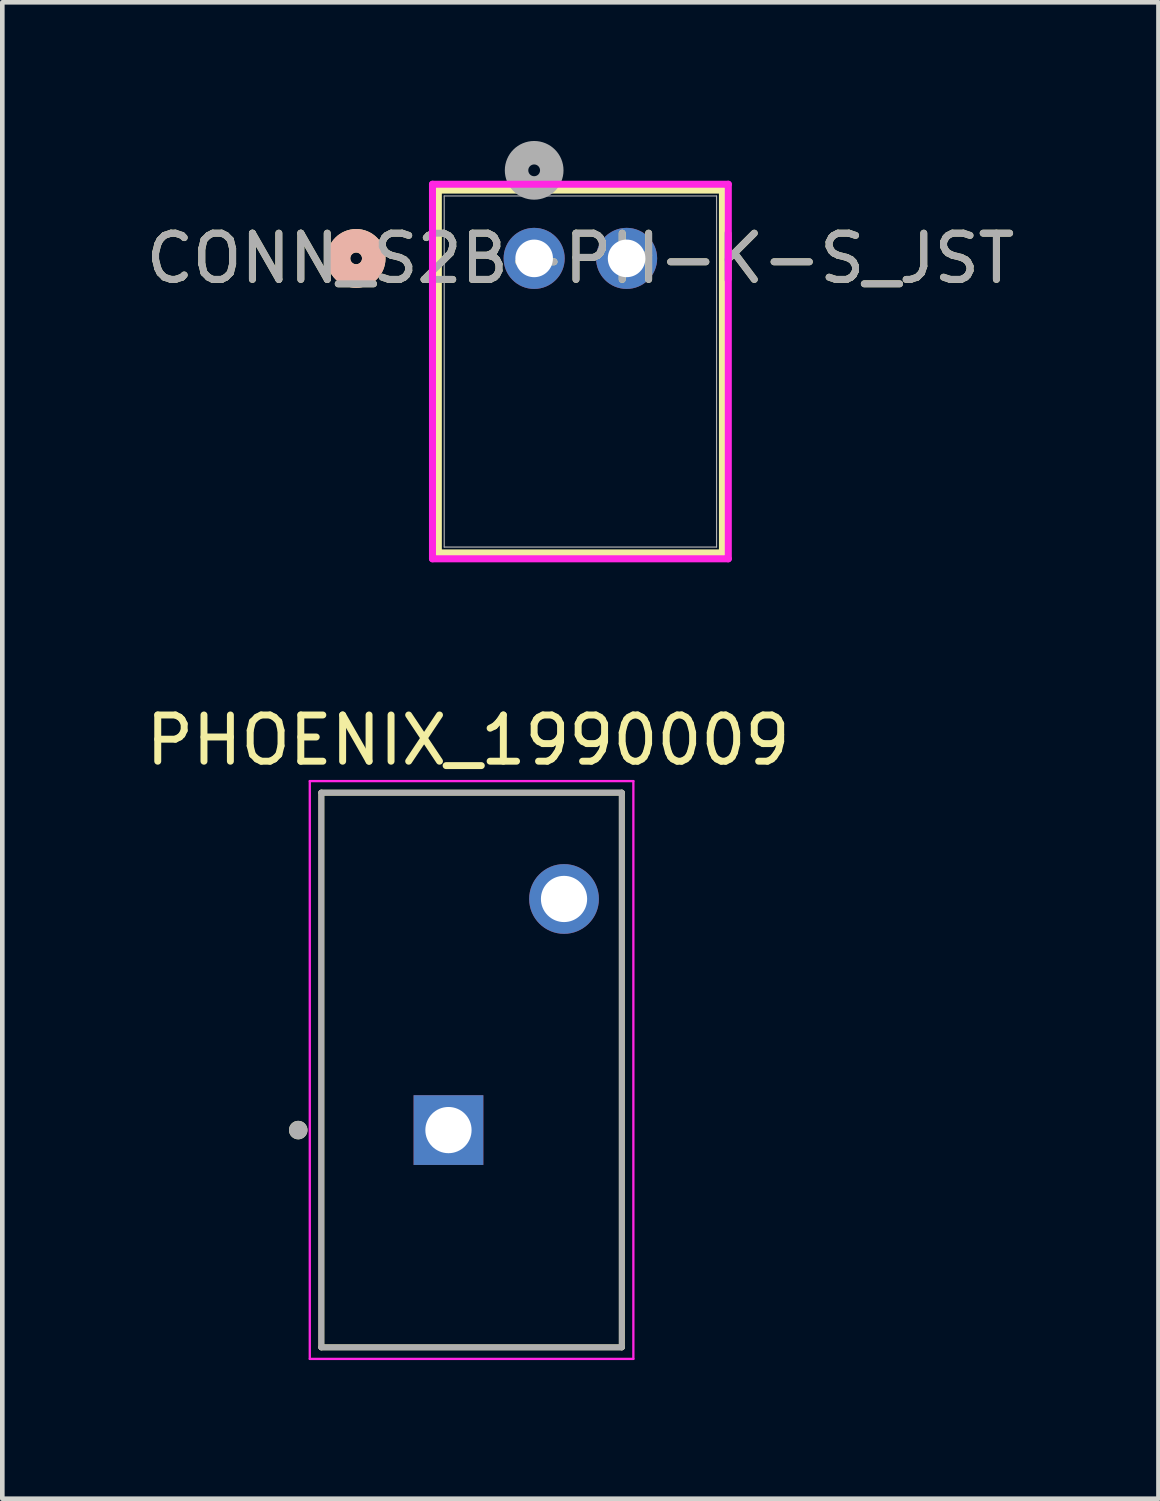
<source format=kicad_pcb>
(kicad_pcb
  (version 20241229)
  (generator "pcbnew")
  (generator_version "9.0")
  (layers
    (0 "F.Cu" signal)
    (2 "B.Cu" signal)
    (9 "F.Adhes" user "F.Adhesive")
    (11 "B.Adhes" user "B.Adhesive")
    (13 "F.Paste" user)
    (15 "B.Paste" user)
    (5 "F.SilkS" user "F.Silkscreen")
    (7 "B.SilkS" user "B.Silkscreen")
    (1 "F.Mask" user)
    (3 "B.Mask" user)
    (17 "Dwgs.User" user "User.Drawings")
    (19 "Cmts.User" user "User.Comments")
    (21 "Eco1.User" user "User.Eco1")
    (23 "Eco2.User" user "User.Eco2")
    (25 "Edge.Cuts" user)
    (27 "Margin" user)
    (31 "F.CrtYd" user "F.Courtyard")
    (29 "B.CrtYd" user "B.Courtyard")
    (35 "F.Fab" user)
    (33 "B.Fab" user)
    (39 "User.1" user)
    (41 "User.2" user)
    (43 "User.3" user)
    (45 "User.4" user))
  (footprint "CONN_S2B-PH-K-S_JST"
    (layer "F.Cu")
    (at 8.506 2.54)
    (property "Reference" "CONN_S2B-PH-K-S_JST" (at 1 0 0) (unlocked yes) (layer "F.SilkS") (effects (font (size 1 1) (thickness 0.15))))
    (attr through_hole)
    (fp_line (start -2.073 -1.477) (end -2.073 6.372) (stroke (width 0.152) (type solid)) (layer "F.SilkS"))
    (fp_line (start -2.073 6.372) (end 4.073 6.372) (stroke (width 0.152) (type solid)) (layer "F.SilkS"))
    (fp_line (start 4.073 -1.477) (end -2.073 -1.477) (stroke (width 0.152) (type solid)) (layer "F.SilkS"))
    (fp_line (start 4.073 6.372) (end 4.073 -1.477) (stroke (width 0.152) (type solid)) (layer "F.SilkS"))
    (fp_circle (center -3.851 0) (end -3.47 0) (stroke (width 0.508) (type solid)) (fill no) (layer "F.SilkS"))
    (fp_circle (center -3.851 0) (end -3.47 0) (stroke (width 0.508) (type solid)) (fill no) (layer "B.SilkS"))
    (fp_line (start -2.2 -1.604) (end -2.2 6.499) (stroke (width 0.152) (type solid)) (layer "F.CrtYd"))
    (fp_line (start -2.2 6.499) (end 4.2 6.499) (stroke (width 0.152) (type solid)) (layer "F.CrtYd"))
    (fp_line (start 4.2 -1.604) (end -2.2 -1.604) (stroke (width 0.152) (type solid)) (layer "F.CrtYd"))
    (fp_line (start 4.2 6.499) (end 4.2 -1.604) (stroke (width 0.152) (type solid)) (layer "F.CrtYd"))
    (fp_line (start -1.946 -1.35) (end -1.946 6.245) (stroke (width 0.025) (type solid)) (layer "F.Fab"))
    (fp_line (start -1.946 6.245) (end 3.946 6.245) (stroke (width 0.025) (type solid)) (layer "F.Fab"))
    (fp_line (start 3.946 -1.35) (end -1.946 -1.35) (stroke (width 0.025) (type solid)) (layer "F.Fab"))
    (fp_line (start 3.946 6.245) (end 3.946 -1.35) (stroke (width 0.025) (type solid)) (layer "F.Fab"))
    (fp_circle (center 0 -1.905) (end 0.381 -1.905) (stroke (width 0.508) (type solid)) (fill no) (layer "F.Fab"))
    (fp_text user "${REFERENCE}" (at 1 0 0) (unlocked yes) (layer "F.Fab") (effects (font (size 1 1) (thickness 0.15))))
    (pad "1" thru_hole circle (at 0 0) (size 1.321 1.321) (drill 0.813) (layers "*.Cu" "*.Mask"))
    (pad "2" thru_hole circle (at 2 0) (size 1.321 1.321) (drill 0.813) (layers "*.Cu" "*.Mask")))
  (footprint "PHOENIX_1990009"
    (layer "F.Cu")
    (at 3.902 26.098)
    (property "Reference" "PHOENIX_1990009" (at 3.175 -13.135 0) (layer "F.SilkS") (effects (font (size 1 1) (thickness 0.15))))
    (attr through_hole)
    (fp_line (start 0 -12) (end 0 0) (stroke (width 0.127) (type solid)) (layer "F.SilkS"))
    (fp_line (start 0 0) (end 6.5 0) (stroke (width 0.127) (type solid)) (layer "F.SilkS"))
    (fp_line (start 6.5 -12) (end 0 -12) (stroke (width 0.127) (type solid)) (layer "F.SilkS"))
    (fp_line (start 6.5 0) (end 6.5 -12) (stroke (width 0.127) (type solid)) (layer "F.SilkS"))
    (fp_circle (center -0.5 -4.7) (end -0.4 -4.7) (stroke (width 0.2) (type solid)) (fill no) (layer "F.SilkS"))
    (fp_line (start -0.25 -12.25) (end -0.25 0.25) (stroke (width 0.05) (type solid)) (layer "F.CrtYd"))
    (fp_line (start -0.25 0.25) (end 6.75 0.25) (stroke (width 0.05) (type solid)) (layer "F.CrtYd"))
    (fp_line (start 6.75 -12.25) (end -0.25 -12.25) (stroke (width 0.05) (type solid)) (layer "F.CrtYd"))
    (fp_line (start 6.75 0.25) (end 6.75 -12.25) (stroke (width 0.05) (type solid)) (layer "F.CrtYd"))
    (fp_line (start 0 -12) (end 0 0) (stroke (width 0.127) (type solid)) (layer "F.Fab"))
    (fp_line (start 0 0) (end 6.5 0) (stroke (width 0.127) (type solid)) (layer "F.Fab"))
    (fp_line (start 6.5 -12) (end 0 -12) (stroke (width 0.127) (type solid)) (layer "F.Fab"))
    (fp_line (start 6.5 0) (end 6.5 -12) (stroke (width 0.127) (type solid)) (layer "F.Fab"))
    (fp_circle (center -0.5 -4.7) (end -0.4 -4.7) (stroke (width 0.2) (type solid)) (fill no) (layer "F.Fab"))
    (pad "1" thru_hole rect (at 2.75 -4.7) (size 1.508 1.508) (drill 1) (layers "*.Cu" "*.Mask"))
    (pad "2" thru_hole circle (at 5.25 -9.7) (size 1.508 1.508) (drill 1) (layers "*.Cu" "*.Mask")))
  (gr_rect
    (start -3 -3)
    (end 22.012 29.373)
    (stroke (width 0.1) (type default))
    (fill no)
    (layer "Edge.Cuts")))
</source>
